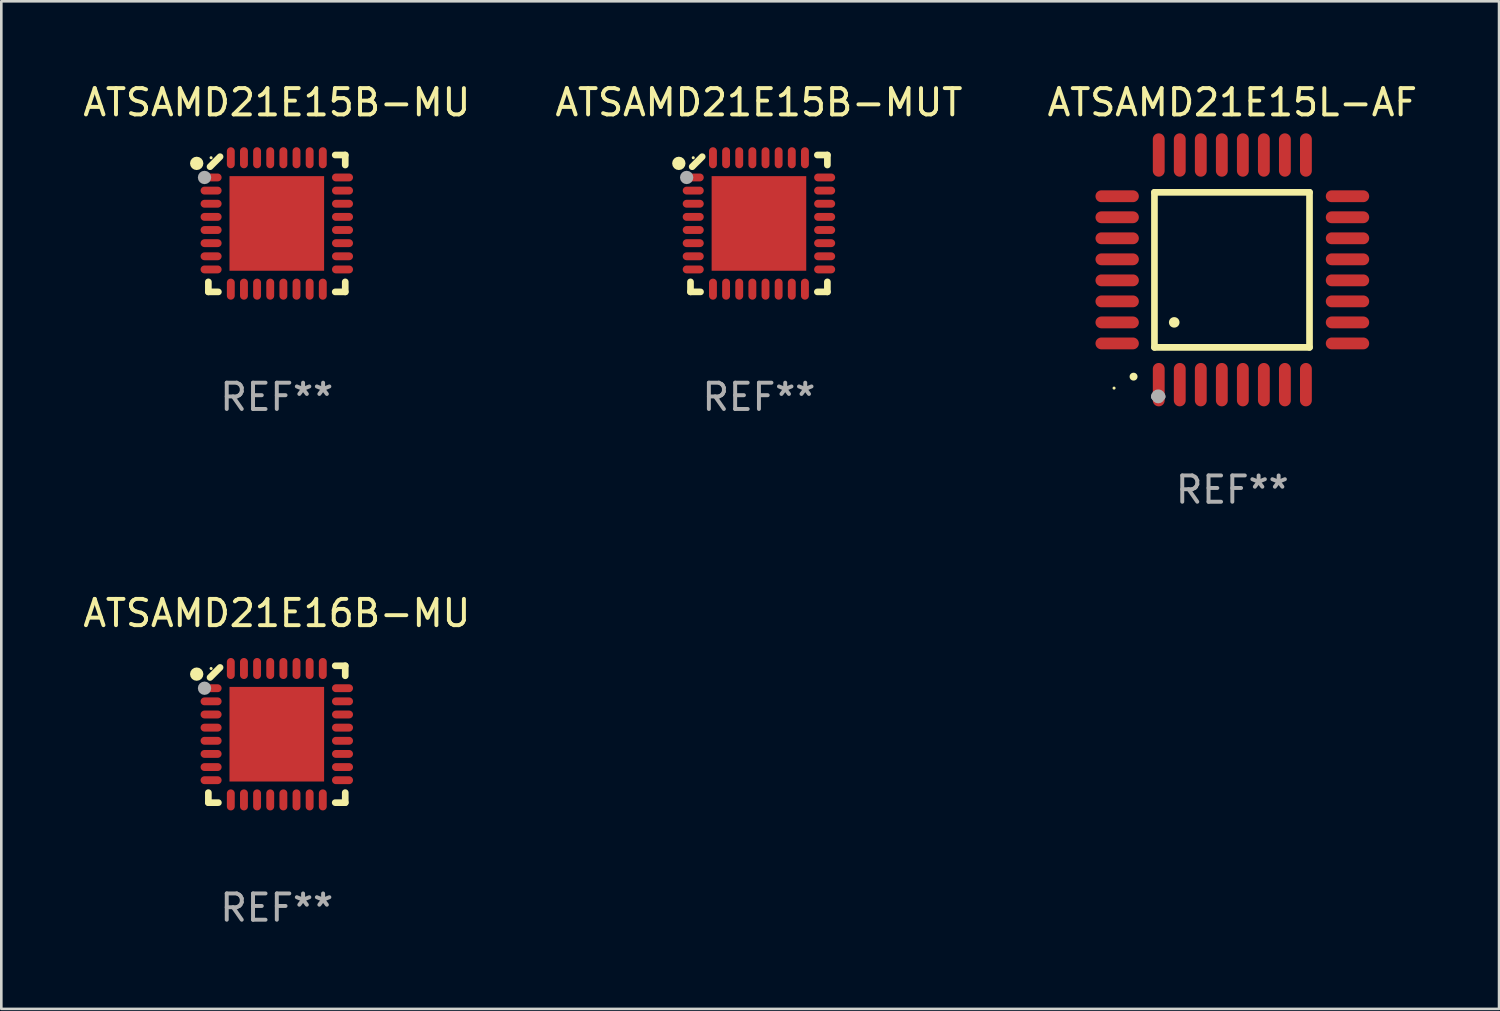
<source format=kicad_pcb>
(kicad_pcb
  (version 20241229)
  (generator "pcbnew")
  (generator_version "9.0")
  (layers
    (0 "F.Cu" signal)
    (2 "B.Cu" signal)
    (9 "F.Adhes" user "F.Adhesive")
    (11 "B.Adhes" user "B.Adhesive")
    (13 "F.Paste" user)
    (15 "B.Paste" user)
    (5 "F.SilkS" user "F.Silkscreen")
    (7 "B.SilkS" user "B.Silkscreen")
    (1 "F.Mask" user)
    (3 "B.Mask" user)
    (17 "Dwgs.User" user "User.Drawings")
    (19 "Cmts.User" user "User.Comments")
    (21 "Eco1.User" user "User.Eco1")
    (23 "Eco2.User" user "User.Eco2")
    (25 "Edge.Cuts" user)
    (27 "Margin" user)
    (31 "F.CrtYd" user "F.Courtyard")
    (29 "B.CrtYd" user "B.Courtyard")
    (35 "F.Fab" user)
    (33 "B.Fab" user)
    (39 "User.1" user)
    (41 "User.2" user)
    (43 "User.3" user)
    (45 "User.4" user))
  (footprint "ATSAMD21E15B-MUT"
    (layer "F.Cu")
    (at 25.827 5.452)
    (property "Reference" "ATSAMD21E15B-MUT" (at 0 -4.604 0) (layer "F.SilkS") (effects (font (size 1 1) (thickness 0.15))))
    (attr through_hole)
    (fp_line (start -2.604 2.223) (end -2.604 2.604) (stroke (width 0.254) (type solid)) (layer "F.SilkS"))
    (fp_line (start -2.604 2.604) (end -2.223 2.604) (stroke (width 0.254) (type solid)) (layer "F.SilkS"))
    (fp_line (start -2.159 -2.54) (end -2.54 -2.159) (stroke (width 0.254) (type solid)) (layer "F.SilkS"))
    (fp_line (start 2.223 2.604) (end 2.604 2.604) (stroke (width 0.254) (type solid)) (layer "F.SilkS"))
    (fp_line (start 2.604 -2.604) (end 2.223 -2.604) (stroke (width 0.254) (type solid)) (layer "F.SilkS"))
    (fp_line (start 2.604 -2.223) (end 2.604 -2.604) (stroke (width 0.254) (type solid)) (layer "F.SilkS"))
    (fp_line (start 2.604 2.604) (end 2.604 2.223) (stroke (width 0.254) (type solid)) (layer "F.SilkS"))
    (fp_circle (center -3.048 -2.286) (end -2.921 -2.286) (stroke (width 0.254) (type solid)) (fill no) (layer "F.SilkS"))
    (fp_circle (center -2.5 -2.5) (end -2.47 -2.5) (stroke (width 0.06) (type solid)) (fill no) (layer "F.SilkS"))
    (fp_circle (center -2.75 -1.75) (end -2.623 -1.75) (stroke (width 0.254) (type solid)) (fill no) (layer "F.Fab"))
    (fp_text user "REF**" (at 0 6.604 0) (layer "F.Fab") (effects (font (size 1 1) (thickness 0.15))))
    (pad "1" smd oval (at -2.5 -1.75) (size 0.8 0.3) (layers "F.Cu" "F.Mask" "F.Paste"))
    (pad "2" smd oval (at -2.5 -1.25) (size 0.8 0.3) (layers "F.Cu" "F.Mask" "F.Paste"))
    (pad "3" smd oval (at -2.5 -0.75) (size 0.8 0.3) (layers "F.Cu" "F.Mask" "F.Paste"))
    (pad "4" smd oval (at -2.5 -0.25) (size 0.8 0.3) (layers "F.Cu" "F.Mask" "F.Paste"))
    (pad "5" smd oval (at -2.5 0.25) (size 0.8 0.3) (layers "F.Cu" "F.Mask" "F.Paste"))
    (pad "6" smd oval (at -2.5 0.75) (size 0.8 0.3) (layers "F.Cu" "F.Mask" "F.Paste"))
    (pad "7" smd oval (at -2.5 1.25) (size 0.8 0.3) (layers "F.Cu" "F.Mask" "F.Paste"))
    (pad "8" smd oval (at -2.5 1.75) (size 0.8 0.3) (layers "F.Cu" "F.Mask" "F.Paste"))
    (pad "9" smd oval (at -1.75 2.5) (size 0.3 0.8) (layers "F.Cu" "F.Mask" "F.Paste"))
    (pad "10" smd oval (at -1.25 2.5) (size 0.3 0.8) (layers "F.Cu" "F.Mask" "F.Paste"))
    (pad "11" smd oval (at -0.75 2.5) (size 0.3 0.8) (layers "F.Cu" "F.Mask" "F.Paste"))
    (pad "12" smd oval (at -0.25 2.5) (size 0.3 0.8) (layers "F.Cu" "F.Mask" "F.Paste"))
    (pad "13" smd oval (at 0.25 2.5) (size 0.3 0.8) (layers "F.Cu" "F.Mask" "F.Paste"))
    (pad "14" smd oval (at 0.75 2.5) (size 0.3 0.8) (layers "F.Cu" "F.Mask" "F.Paste"))
    (pad "15" smd oval (at 1.25 2.5) (size 0.3 0.8) (layers "F.Cu" "F.Mask" "F.Paste"))
    (pad "16" smd oval (at 1.75 2.5) (size 0.3 0.8) (layers "F.Cu" "F.Mask" "F.Paste"))
    (pad "17" smd oval (at 2.5 1.75) (size 0.8 0.3) (layers "F.Cu" "F.Mask" "F.Paste"))
    (pad "18" smd oval (at 2.5 1.25) (size 0.8 0.3) (layers "F.Cu" "F.Mask" "F.Paste"))
    (pad "19" smd oval (at 2.5 0.75) (size 0.8 0.3) (layers "F.Cu" "F.Mask" "F.Paste"))
    (pad "20" smd oval (at 2.5 0.25) (size 0.8 0.3) (layers "F.Cu" "F.Mask" "F.Paste"))
    (pad "21" smd oval (at 2.5 -0.25) (size 0.8 0.3) (layers "F.Cu" "F.Mask" "F.Paste"))
    (pad "22" smd oval (at 2.5 -0.75) (size 0.8 0.3) (layers "F.Cu" "F.Mask" "F.Paste"))
    (pad "23" smd oval (at 2.5 -1.25) (size 0.8 0.3) (layers "F.Cu" "F.Mask" "F.Paste"))
    (pad "24" smd oval (at 2.5 -1.75) (size 0.8 0.3) (layers "F.Cu" "F.Mask" "F.Paste"))
    (pad "25" smd oval (at 1.75 -2.5) (size 0.3 0.8) (layers "F.Cu" "F.Mask" "F.Paste"))
    (pad "26" smd oval (at 1.25 -2.5) (size 0.3 0.8) (layers "F.Cu" "F.Mask" "F.Paste"))
    (pad "27" smd oval (at 0.75 -2.5) (size 0.3 0.8) (layers "F.Cu" "F.Mask" "F.Paste"))
    (pad "28" smd oval (at 0.25 -2.5) (size 0.3 0.8) (layers "F.Cu" "F.Mask" "F.Paste"))
    (pad "29" smd oval (at -0.25 -2.5) (size 0.3 0.8) (layers "F.Cu" "F.Mask" "F.Paste"))
    (pad "30" smd oval (at -0.75 -2.5) (size 0.3 0.8) (layers "F.Cu" "F.Mask" "F.Paste"))
    (pad "31" smd oval (at -1.25 -2.5) (size 0.3 0.8) (layers "F.Cu" "F.Mask" "F.Paste"))
    (pad "32" smd oval (at -1.75 -2.5) (size 0.3 0.8) (layers "F.Cu" "F.Mask" "F.Paste"))
    (pad "33" smd rect (at -0.000076 0) (size 3.6 3.6) (layers "F.Cu" "F.Mask" "F.Paste")))
  (footprint "ATSAMD21E15L-AF"
    (layer "F.Cu")
    (at 43.839 7.217)
    (property "Reference" "ATSAMD21E15L-AF" (at 0 -6.369 0) (layer "F.SilkS") (effects (font (size 1 1) (thickness 0.15))))
    (attr through_hole)
    (fp_line (start -2.963 -2.95) (end -2.963 2.95) (stroke (width 0.254) (type solid)) (layer "F.SilkS"))
    (fp_line (start -2.963 2.95) (end 2.937 2.95) (stroke (width 0.254) (type solid)) (layer "F.SilkS"))
    (fp_line (start 2.937 -2.95) (end -2.963 -2.95) (stroke (width 0.254) (type solid)) (layer "F.SilkS"))
    (fp_line (start 2.937 2.95) (end 2.937 -2.95) (stroke (width 0.254) (type solid)) (layer "F.SilkS"))
    (fp_arc (start -3.759208 4.064008) (mid -3.757938 4.064003) (end -3.756668 4.064008) (stroke (width 0.3) (type solid)) (layer "F.SilkS"))
    (fp_arc (start -2.212344 1.998984) (mid -2.211074 1.99898) (end -2.209804 1.998984) (stroke (width 0.4) (type solid)) (layer "F.SilkS"))
    (fp_circle (center -4.5 4.5) (end -4.47 4.5) (stroke (width 0.06) (type solid)) (fill no) (layer "F.SilkS"))
    (fp_arc (start -2.967489 4.82601) (mid -2.819406 4.677927) (end -2.671323 4.82601) (stroke (width 0.254001) (type solid)) (layer "F.Fab"))
    (fp_arc (start -2.967488 4.82601) (mid -2.819406 4.791053) (end -2.671324 4.82601) (stroke (width 0.254001) (type solid)) (layer "F.Fab"))
    (fp_circle (center -2.819 4.826) (end -2.692 4.826) (stroke (width 0.254) (type solid)) (fill no) (layer "F.Fab"))
    (fp_text user "REF**" (at 0 8.369 0) (layer "F.Fab") (effects (font (size 1 1) (thickness 0.15))))
    (pad "1" smd oval (at -2.8 4.369) (size 0.45 1.65) (layers "F.Cu" "F.Mask" "F.Paste"))
    (pad "2" smd oval (at -2 4.369) (size 0.45 1.65) (layers "F.Cu" "F.Mask" "F.Paste"))
    (pad "3" smd oval (at -1.2 4.369) (size 0.45 1.65) (layers "F.Cu" "F.Mask" "F.Paste"))
    (pad "4" smd oval (at -0.4 4.369) (size 0.45 1.65) (layers "F.Cu" "F.Mask" "F.Paste"))
    (pad "5" smd oval (at 0.4 4.369) (size 0.45 1.65) (layers "F.Cu" "F.Mask" "F.Paste"))
    (pad "6" smd oval (at 1.2 4.369) (size 0.45 1.65) (layers "F.Cu" "F.Mask" "F.Paste"))
    (pad "7" smd oval (at 2 4.369) (size 0.45 1.65) (layers "F.Cu" "F.Mask" "F.Paste"))
    (pad "8" smd oval (at 2.8 4.369) (size 0.45 1.65) (layers "F.Cu" "F.Mask" "F.Paste"))
    (pad "9" smd oval (at 4.382 2.8) (size 1.65 0.45) (layers "F.Cu" "F.Mask" "F.Paste"))
    (pad "10" smd oval (at 4.382 2) (size 1.65 0.45) (layers "F.Cu" "F.Mask" "F.Paste"))
    (pad "11" smd oval (at 4.382 1.2) (size 1.65 0.45) (layers "F.Cu" "F.Mask" "F.Paste"))
    (pad "12" smd oval (at 4.382 0.4) (size 1.65 0.45) (layers "F.Cu" "F.Mask" "F.Paste"))
    (pad "13" smd oval (at 4.382 -0.4) (size 1.65 0.45) (layers "F.Cu" "F.Mask" "F.Paste"))
    (pad "14" smd oval (at 4.382 -1.2) (size 1.65 0.45) (layers "F.Cu" "F.Mask" "F.Paste"))
    (pad "15" smd oval (at 4.382 -2) (size 1.65 0.45) (layers "F.Cu" "F.Mask" "F.Paste"))
    (pad "16" smd oval (at 4.382 -2.8) (size 1.65 0.45) (layers "F.Cu" "F.Mask" "F.Paste"))
    (pad "17" smd oval (at 2.8 -4.369) (size 0.45 1.65) (layers "F.Cu" "F.Mask" "F.Paste"))
    (pad "18" smd oval (at 2 -4.369) (size 0.45 1.65) (layers "F.Cu" "F.Mask" "F.Paste"))
    (pad "19" smd oval (at 1.2 -4.369) (size 0.45 1.65) (layers "F.Cu" "F.Mask" "F.Paste"))
    (pad "20" smd oval (at 0.4 -4.369) (size 0.45 1.65) (layers "F.Cu" "F.Mask" "F.Paste"))
    (pad "21" smd oval (at -0.4 -4.369) (size 0.45 1.65) (layers "F.Cu" "F.Mask" "F.Paste"))
    (pad "22" smd oval (at -1.2 -4.369) (size 0.45 1.65) (layers "F.Cu" "F.Mask" "F.Paste"))
    (pad "23" smd oval (at -2 -4.369) (size 0.45 1.65) (layers "F.Cu" "F.Mask" "F.Paste"))
    (pad "24" smd oval (at -2.8 -4.369) (size 0.45 1.65) (layers "F.Cu" "F.Mask" "F.Paste"))
    (pad "25" smd oval (at -4.382 -2.8) (size 1.65 0.45) (layers "F.Cu" "F.Mask" "F.Paste"))
    (pad "26" smd oval (at -4.382 -2) (size 1.65 0.45) (layers "F.Cu" "F.Mask" "F.Paste"))
    (pad "27" smd oval (at -4.382 -1.2) (size 1.65 0.45) (layers "F.Cu" "F.Mask" "F.Paste"))
    (pad "28" smd oval (at -4.382 -0.4) (size 1.65 0.45) (layers "F.Cu" "F.Mask" "F.Paste"))
    (pad "29" smd oval (at -4.382 0.4) (size 1.65 0.45) (layers "F.Cu" "F.Mask" "F.Paste"))
    (pad "30" smd oval (at -4.382 1.2) (size 1.65 0.45) (layers "F.Cu" "F.Mask" "F.Paste"))
    (pad "31" smd oval (at -4.382 2) (size 1.65 0.45) (layers "F.Cu" "F.Mask" "F.Paste"))
    (pad "32" smd oval (at -4.382 2.8) (size 1.65 0.45) (layers "F.Cu" "F.Mask" "F.Paste")))
  (footprint "ATSAMD21E16B-MU"
    (layer "F.Cu")
    (at 7.482 24.886)
    (property "Reference" "ATSAMD21E16B-MU" (at 0 -4.604 0) (layer "F.SilkS") (effects (font (size 1 1) (thickness 0.15))))
    (attr through_hole)
    (fp_line (start -2.604 2.223) (end -2.604 2.604) (stroke (width 0.254) (type solid)) (layer "F.SilkS"))
    (fp_line (start -2.604 2.604) (end -2.223 2.604) (stroke (width 0.254) (type solid)) (layer "F.SilkS"))
    (fp_line (start -2.159 -2.54) (end -2.54 -2.159) (stroke (width 0.254) (type solid)) (layer "F.SilkS"))
    (fp_line (start 2.223 2.604) (end 2.604 2.604) (stroke (width 0.254) (type solid)) (layer "F.SilkS"))
    (fp_line (start 2.604 -2.604) (end 2.223 -2.604) (stroke (width 0.254) (type solid)) (layer "F.SilkS"))
    (fp_line (start 2.604 -2.223) (end 2.604 -2.604) (stroke (width 0.254) (type solid)) (layer "F.SilkS"))
    (fp_line (start 2.604 2.604) (end 2.604 2.223) (stroke (width 0.254) (type solid)) (layer "F.SilkS"))
    (fp_circle (center -3.048 -2.286) (end -2.921 -2.286) (stroke (width 0.254) (type solid)) (fill no) (layer "F.SilkS"))
    (fp_circle (center -2.5 -2.5) (end -2.47 -2.5) (stroke (width 0.06) (type solid)) (fill no) (layer "F.SilkS"))
    (fp_circle (center -2.75 -1.75) (end -2.623 -1.75) (stroke (width 0.254) (type solid)) (fill no) (layer "F.Fab"))
    (fp_text user "REF**" (at 0 6.604 0) (layer "F.Fab") (effects (font (size 1 1) (thickness 0.15))))
    (pad "1" smd oval (at -2.5 -1.75) (size 0.8 0.3) (layers "F.Cu" "F.Mask" "F.Paste"))
    (pad "2" smd oval (at -2.5 -1.25) (size 0.8 0.3) (layers "F.Cu" "F.Mask" "F.Paste"))
    (pad "3" smd oval (at -2.5 -0.75) (size 0.8 0.3) (layers "F.Cu" "F.Mask" "F.Paste"))
    (pad "4" smd oval (at -2.5 -0.25) (size 0.8 0.3) (layers "F.Cu" "F.Mask" "F.Paste"))
    (pad "5" smd oval (at -2.5 0.25) (size 0.8 0.3) (layers "F.Cu" "F.Mask" "F.Paste"))
    (pad "6" smd oval (at -2.5 0.75) (size 0.8 0.3) (layers "F.Cu" "F.Mask" "F.Paste"))
    (pad "7" smd oval (at -2.5 1.25) (size 0.8 0.3) (layers "F.Cu" "F.Mask" "F.Paste"))
    (pad "8" smd oval (at -2.5 1.75) (size 0.8 0.3) (layers "F.Cu" "F.Mask" "F.Paste"))
    (pad "9" smd oval (at -1.75 2.5) (size 0.3 0.8) (layers "F.Cu" "F.Mask" "F.Paste"))
    (pad "10" smd oval (at -1.25 2.5) (size 0.3 0.8) (layers "F.Cu" "F.Mask" "F.Paste"))
    (pad "11" smd oval (at -0.75 2.5) (size 0.3 0.8) (layers "F.Cu" "F.Mask" "F.Paste"))
    (pad "12" smd oval (at -0.25 2.5) (size 0.3 0.8) (layers "F.Cu" "F.Mask" "F.Paste"))
    (pad "13" smd oval (at 0.25 2.5) (size 0.3 0.8) (layers "F.Cu" "F.Mask" "F.Paste"))
    (pad "14" smd oval (at 0.75 2.5) (size 0.3 0.8) (layers "F.Cu" "F.Mask" "F.Paste"))
    (pad "15" smd oval (at 1.25 2.5) (size 0.3 0.8) (layers "F.Cu" "F.Mask" "F.Paste"))
    (pad "16" smd oval (at 1.75 2.5) (size 0.3 0.8) (layers "F.Cu" "F.Mask" "F.Paste"))
    (pad "17" smd oval (at 2.5 1.75) (size 0.8 0.3) (layers "F.Cu" "F.Mask" "F.Paste"))
    (pad "18" smd oval (at 2.5 1.25) (size 0.8 0.3) (layers "F.Cu" "F.Mask" "F.Paste"))
    (pad "19" smd oval (at 2.5 0.75) (size 0.8 0.3) (layers "F.Cu" "F.Mask" "F.Paste"))
    (pad "20" smd oval (at 2.5 0.25) (size 0.8 0.3) (layers "F.Cu" "F.Mask" "F.Paste"))
    (pad "21" smd oval (at 2.5 -0.25) (size 0.8 0.3) (layers "F.Cu" "F.Mask" "F.Paste"))
    (pad "22" smd oval (at 2.5 -0.75) (size 0.8 0.3) (layers "F.Cu" "F.Mask" "F.Paste"))
    (pad "23" smd oval (at 2.5 -1.25) (size 0.8 0.3) (layers "F.Cu" "F.Mask" "F.Paste"))
    (pad "24" smd oval (at 2.5 -1.75) (size 0.8 0.3) (layers "F.Cu" "F.Mask" "F.Paste"))
    (pad "25" smd oval (at 1.75 -2.5) (size 0.3 0.8) (layers "F.Cu" "F.Mask" "F.Paste"))
    (pad "26" smd oval (at 1.25 -2.5) (size 0.3 0.8) (layers "F.Cu" "F.Mask" "F.Paste"))
    (pad "27" smd oval (at 0.75 -2.5) (size 0.3 0.8) (layers "F.Cu" "F.Mask" "F.Paste"))
    (pad "28" smd oval (at 0.25 -2.5) (size 0.3 0.8) (layers "F.Cu" "F.Mask" "F.Paste"))
    (pad "29" smd oval (at -0.25 -2.5) (size 0.3 0.8) (layers "F.Cu" "F.Mask" "F.Paste"))
    (pad "30" smd oval (at -0.75 -2.5) (size 0.3 0.8) (layers "F.Cu" "F.Mask" "F.Paste"))
    (pad "31" smd oval (at -1.25 -2.5) (size 0.3 0.8) (layers "F.Cu" "F.Mask" "F.Paste"))
    (pad "32" smd oval (at -1.75 -2.5) (size 0.3 0.8) (layers "F.Cu" "F.Mask" "F.Paste"))
    (pad "33" smd rect (at -0.000076 0) (size 3.6 3.6) (layers "F.Cu" "F.Mask" "F.Paste")))
  (footprint "ATSAMD21E15B-MU"
    (layer "F.Cu")
    (at 7.482 5.452)
    (property "Reference" "ATSAMD21E15B-MU" (at 0 -4.604 0) (layer "F.SilkS") (effects (font (size 1 1) (thickness 0.15))))
    (attr through_hole)
    (fp_line (start -2.604 2.223) (end -2.604 2.604) (stroke (width 0.254) (type solid)) (layer "F.SilkS"))
    (fp_line (start -2.604 2.604) (end -2.223 2.604) (stroke (width 0.254) (type solid)) (layer "F.SilkS"))
    (fp_line (start -2.159 -2.54) (end -2.54 -2.159) (stroke (width 0.254) (type solid)) (layer "F.SilkS"))
    (fp_line (start 2.223 2.604) (end 2.604 2.604) (stroke (width 0.254) (type solid)) (layer "F.SilkS"))
    (fp_line (start 2.604 -2.604) (end 2.223 -2.604) (stroke (width 0.254) (type solid)) (layer "F.SilkS"))
    (fp_line (start 2.604 -2.223) (end 2.604 -2.604) (stroke (width 0.254) (type solid)) (layer "F.SilkS"))
    (fp_line (start 2.604 2.604) (end 2.604 2.223) (stroke (width 0.254) (type solid)) (layer "F.SilkS"))
    (fp_circle (center -3.048 -2.286) (end -2.921 -2.286) (stroke (width 0.254) (type solid)) (fill no) (layer "F.SilkS"))
    (fp_circle (center -2.5 -2.5) (end -2.47 -2.5) (stroke (width 0.06) (type solid)) (fill no) (layer "F.SilkS"))
    (fp_circle (center -2.75 -1.75) (end -2.623 -1.75) (stroke (width 0.254) (type solid)) (fill no) (layer "F.Fab"))
    (fp_text user "REF**" (at 0 6.604 0) (layer "F.Fab") (effects (font (size 1 1) (thickness 0.15))))
    (pad "1" smd oval (at -2.5 -1.75) (size 0.8 0.3) (layers "F.Cu" "F.Mask" "F.Paste"))
    (pad "2" smd oval (at -2.5 -1.25) (size 0.8 0.3) (layers "F.Cu" "F.Mask" "F.Paste"))
    (pad "3" smd oval (at -2.5 -0.75) (size 0.8 0.3) (layers "F.Cu" "F.Mask" "F.Paste"))
    (pad "4" smd oval (at -2.5 -0.25) (size 0.8 0.3) (layers "F.Cu" "F.Mask" "F.Paste"))
    (pad "5" smd oval (at -2.5 0.25) (size 0.8 0.3) (layers "F.Cu" "F.Mask" "F.Paste"))
    (pad "6" smd oval (at -2.5 0.75) (size 0.8 0.3) (layers "F.Cu" "F.Mask" "F.Paste"))
    (pad "7" smd oval (at -2.5 1.25) (size 0.8 0.3) (layers "F.Cu" "F.Mask" "F.Paste"))
    (pad "8" smd oval (at -2.5 1.75) (size 0.8 0.3) (layers "F.Cu" "F.Mask" "F.Paste"))
    (pad "9" smd oval (at -1.75 2.5) (size 0.3 0.8) (layers "F.Cu" "F.Mask" "F.Paste"))
    (pad "10" smd oval (at -1.25 2.5) (size 0.3 0.8) (layers "F.Cu" "F.Mask" "F.Paste"))
    (pad "11" smd oval (at -0.75 2.5) (size 0.3 0.8) (layers "F.Cu" "F.Mask" "F.Paste"))
    (pad "12" smd oval (at -0.25 2.5) (size 0.3 0.8) (layers "F.Cu" "F.Mask" "F.Paste"))
    (pad "13" smd oval (at 0.25 2.5) (size 0.3 0.8) (layers "F.Cu" "F.Mask" "F.Paste"))
    (pad "14" smd oval (at 0.75 2.5) (size 0.3 0.8) (layers "F.Cu" "F.Mask" "F.Paste"))
    (pad "15" smd oval (at 1.25 2.5) (size 0.3 0.8) (layers "F.Cu" "F.Mask" "F.Paste"))
    (pad "16" smd oval (at 1.75 2.5) (size 0.3 0.8) (layers "F.Cu" "F.Mask" "F.Paste"))
    (pad "17" smd oval (at 2.5 1.75) (size 0.8 0.3) (layers "F.Cu" "F.Mask" "F.Paste"))
    (pad "18" smd oval (at 2.5 1.25) (size 0.8 0.3) (layers "F.Cu" "F.Mask" "F.Paste"))
    (pad "19" smd oval (at 2.5 0.75) (size 0.8 0.3) (layers "F.Cu" "F.Mask" "F.Paste"))
    (pad "20" smd oval (at 2.5 0.25) (size 0.8 0.3) (layers "F.Cu" "F.Mask" "F.Paste"))
    (pad "21" smd oval (at 2.5 -0.25) (size 0.8 0.3) (layers "F.Cu" "F.Mask" "F.Paste"))
    (pad "22" smd oval (at 2.5 -0.75) (size 0.8 0.3) (layers "F.Cu" "F.Mask" "F.Paste"))
    (pad "23" smd oval (at 2.5 -1.25) (size 0.8 0.3) (layers "F.Cu" "F.Mask" "F.Paste"))
    (pad "24" smd oval (at 2.5 -1.75) (size 0.8 0.3) (layers "F.Cu" "F.Mask" "F.Paste"))
    (pad "25" smd oval (at 1.75 -2.5) (size 0.3 0.8) (layers "F.Cu" "F.Mask" "F.Paste"))
    (pad "26" smd oval (at 1.25 -2.5) (size 0.3 0.8) (layers "F.Cu" "F.Mask" "F.Paste"))
    (pad "27" smd oval (at 0.75 -2.5) (size 0.3 0.8) (layers "F.Cu" "F.Mask" "F.Paste"))
    (pad "28" smd oval (at 0.25 -2.5) (size 0.3 0.8) (layers "F.Cu" "F.Mask" "F.Paste"))
    (pad "29" smd oval (at -0.25 -2.5) (size 0.3 0.8) (layers "F.Cu" "F.Mask" "F.Paste"))
    (pad "30" smd oval (at -0.75 -2.5) (size 0.3 0.8) (layers "F.Cu" "F.Mask" "F.Paste"))
    (pad "31" smd oval (at -1.25 -2.5) (size 0.3 0.8) (layers "F.Cu" "F.Mask" "F.Paste"))
    (pad "32" smd oval (at -1.75 -2.5) (size 0.3 0.8) (layers "F.Cu" "F.Mask" "F.Paste"))
    (pad "33" smd rect (at -0.000076 0) (size 3.6 3.6) (layers "F.Cu" "F.Mask" "F.Paste")))
  (gr_rect
    (start -3 -3)
    (end 53.988 35.338)
    (stroke (width 0.1) (type default))
    (fill no)
    (layer "Edge.Cuts")))
</source>
